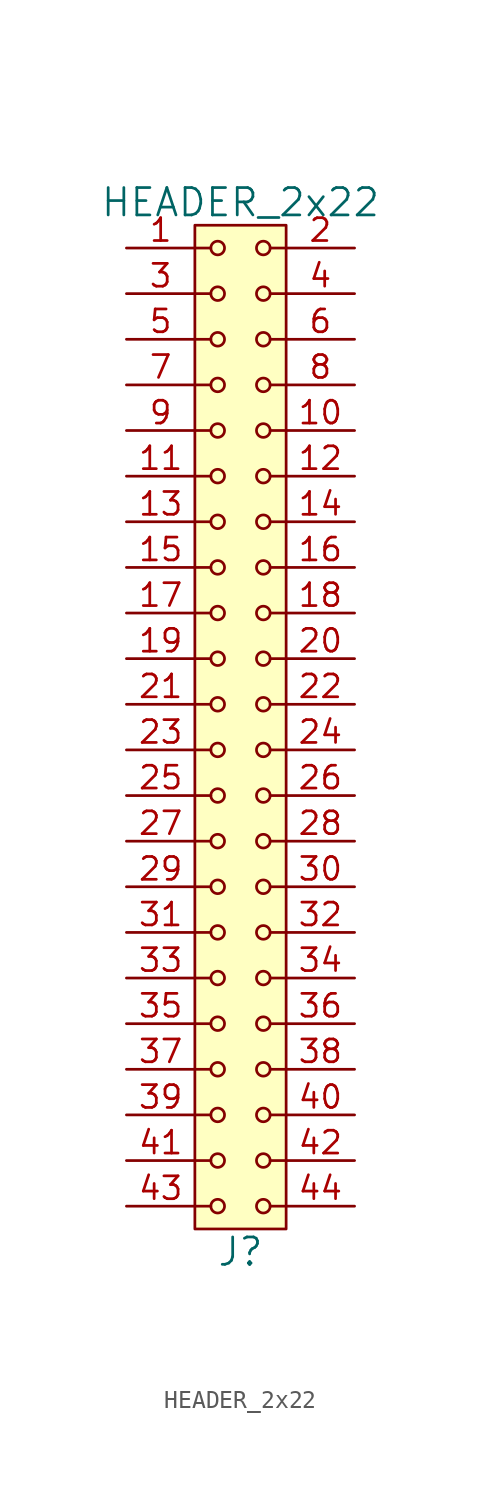
<source format=kicad_sym>
(kicad_symbol_lib
  (version 20211014)
  (generator kicad_symbol_editor)
  (symbol "HEADER_2x22"
    (pin_names
      (offset 1.016))
    (property "Reference" "J"
      (at 0 -29.21 0)
      (effects (font (size 1.524 1.524))))
    (property "Value" "HEADER_2x22"
      (at 0 29.21 0)
      (effects (font (size 1.524 1.524))))
    (property "Footprint" ""
      (at 0 26.67 0)
      (effects (font (size 1.524 1.524))))
    (property "Datasheet" ""
      (at 0 26.67 0)
      (effects (font (size 1.524 1.524))))
    (symbol "HEADER_2x22_0_1"
      (rectangle (start -2.54 27.94) (end 2.54 -27.94) (stroke (width 0) (type default) (color 0 0 0 0)) (fill (type background)))
      (circle (center -1.27 -26.67) (radius 0.381) (stroke (width 0) (type default) (color 0 0 0 0)) (fill (type none)))
      (circle (center -1.27 -24.13) (radius 0.381) (stroke (width 0) (type default) (color 0 0 0 0)) (fill (type none)))
      (circle (center -1.27 -21.59) (radius 0.381) (stroke (width 0) (type default) (color 0 0 0 0)) (fill (type none)))
      (circle (center -1.27 -19.05) (radius 0.381) (stroke (width 0) (type default) (color 0 0 0 0)) (fill (type none)))
      (circle (center -1.27 -16.51) (radius 0.381) (stroke (width 0) (type default) (color 0 0 0 0)) (fill (type none)))
      (circle (center -1.27 -13.97) (radius 0.381) (stroke (width 0) (type default) (color 0 0 0 0)) (fill (type none)))
      (circle (center -1.27 -11.43) (radius 0.381) (stroke (width 0) (type default) (color 0 0 0 0)) (fill (type none)))
      (circle (center -1.27 -8.89) (radius 0.381) (stroke (width 0) (type default) (color 0 0 0 0)) (fill (type none)))
      (circle (center -1.27 -6.35) (radius 0.381) (stroke (width 0) (type default) (color 0 0 0 0)) (fill (type none)))
      (circle (center -1.27 -3.81) (radius 0.381) (stroke (width 0) (type default) (color 0 0 0 0)) (fill (type none)))
      (circle (center -1.27 -1.27) (radius 0.381) (stroke (width 0) (type default) (color 0 0 0 0)) (fill (type none)))
      (circle (center -1.27 1.27) (radius 0.381) (stroke (width 0) (type default) (color 0 0 0 0)) (fill (type none)))
      (circle (center -1.27 3.81) (radius 0.381) (stroke (width 0) (type default) (color 0 0 0 0)) (fill (type none)))
      (circle (center -1.27 6.35) (radius 0.381) (stroke (width 0) (type default) (color 0 0 0 0)) (fill (type none)))
      (circle (center -1.27 8.89) (radius 0.381) (stroke (width 0) (type default) (color 0 0 0 0)) (fill (type none)))
      (circle (center -1.27 11.43) (radius 0.381) (stroke (width 0) (type default) (color 0 0 0 0)) (fill (type none)))
      (circle (center -1.27 13.97) (radius 0.381) (stroke (width 0) (type default) (color 0 0 0 0)) (fill (type none)))
      (circle (center -1.27 16.51) (radius 0.381) (stroke (width 0) (type default) (color 0 0 0 0)) (fill (type none)))
      (circle (center -1.27 19.05) (radius 0.381) (stroke (width 0) (type default) (color 0 0 0 0)) (fill (type none)))
      (circle (center -1.27 21.59) (radius 0.381) (stroke (width 0) (type default) (color 0 0 0 0)) (fill (type none)))
      (circle (center -1.27 24.13) (radius 0.381) (stroke (width 0) (type default) (color 0 0 0 0)) (fill (type none)))
      (circle (center -1.27 26.67) (radius 0.381) (stroke (width 0) (type default) (color 0 0 0 0)) (fill (type none)))
      (polyline (pts (xy -1.651 -26.67) (xy -2.54 -26.67)) (stroke (width 0) (type default) (color 0 0 0 0)) (fill (type none)))
      (polyline (pts (xy -1.651 -24.13) (xy -2.54 -24.13)) (stroke (width 0) (type default) (color 0 0 0 0)) (fill (type none)))
      (polyline (pts (xy -1.651 -21.59) (xy -2.54 -21.59)) (stroke (width 0) (type default) (color 0 0 0 0)) (fill (type none)))
      (polyline (pts (xy -1.651 -19.05) (xy -2.54 -19.05)) (stroke (width 0) (type default) (color 0 0 0 0)) (fill (type none)))
      (polyline (pts (xy -1.651 -16.51) (xy -2.54 -16.51)) (stroke (width 0) (type default) (color 0 0 0 0)) (fill (type none)))
      (polyline (pts (xy -1.651 -13.97) (xy -2.54 -13.97)) (stroke (width 0) (type default) (color 0 0 0 0)) (fill (type none)))
      (polyline (pts (xy -1.651 -11.43) (xy -2.54 -11.43)) (stroke (width 0) (type default) (color 0 0 0 0)) (fill (type none)))
      (polyline (pts (xy -1.651 -8.89) (xy -2.54 -8.89)) (stroke (width 0) (type default) (color 0 0 0 0)) (fill (type none)))
      (polyline (pts (xy -1.651 -6.35) (xy -2.54 -6.35)) (stroke (width 0) (type default) (color 0 0 0 0)) (fill (type none)))
      (polyline (pts (xy -1.651 -3.81) (xy -2.54 -3.81)) (stroke (width 0) (type default) (color 0 0 0 0)) (fill (type none)))
      (polyline (pts (xy -1.651 -1.27) (xy -2.54 -1.27)) (stroke (width 0) (type default) (color 0 0 0 0)) (fill (type none)))
      (polyline (pts (xy -1.651 1.27) (xy -2.54 1.27)) (stroke (width 0) (type default) (color 0 0 0 0)) (fill (type none)))
      (polyline (pts (xy -1.651 3.81) (xy -2.54 3.81)) (stroke (width 0) (type default) (color 0 0 0 0)) (fill (type none)))
      (polyline (pts (xy -1.651 6.35) (xy -2.54 6.35)) (stroke (width 0) (type default) (color 0 0 0 0)) (fill (type none)))
      (polyline (pts (xy -1.651 8.89) (xy -2.54 8.89)) (stroke (width 0) (type default) (color 0 0 0 0)) (fill (type none)))
      (polyline (pts (xy -1.651 11.43) (xy -2.54 11.43)) (stroke (width 0) (type default) (color 0 0 0 0)) (fill (type none)))
      (polyline (pts (xy -1.651 13.97) (xy -2.54 13.97)) (stroke (width 0) (type default) (color 0 0 0 0)) (fill (type none)))
      (polyline (pts (xy -1.651 16.51) (xy -2.54 16.51)) (stroke (width 0) (type default) (color 0 0 0 0)) (fill (type none)))
      (polyline (pts (xy -1.651 19.05) (xy -2.54 19.05)) (stroke (width 0) (type default) (color 0 0 0 0)) (fill (type none)))
      (polyline (pts (xy -1.651 21.59) (xy -2.54 21.59)) (stroke (width 0) (type default) (color 0 0 0 0)) (fill (type none)))
      (polyline (pts (xy -1.651 24.13) (xy -2.54 24.13)) (stroke (width 0) (type default) (color 0 0 0 0)) (fill (type none)))
      (polyline (pts (xy -1.651 26.67) (xy -2.54 26.67)) (stroke (width 0) (type default) (color 0 0 0 0)) (fill (type none)))
      (polyline (pts (xy 1.651 -26.67) (xy 2.54 -26.67)) (stroke (width 0) (type default) (color 0 0 0 0)) (fill (type none)))
      (polyline (pts (xy 1.651 -24.13) (xy 2.54 -24.13)) (stroke (width 0) (type default) (color 0 0 0 0)) (fill (type none)))
      (polyline (pts (xy 1.651 -21.59) (xy 2.54 -21.59)) (stroke (width 0) (type default) (color 0 0 0 0)) (fill (type none)))
      (polyline (pts (xy 1.651 -19.05) (xy 2.54 -19.05)) (stroke (width 0) (type default) (color 0 0 0 0)) (fill (type none)))
      (polyline (pts (xy 1.651 -16.51) (xy 2.54 -16.51)) (stroke (width 0) (type default) (color 0 0 0 0)) (fill (type none)))
      (polyline (pts (xy 1.651 -13.97) (xy 2.54 -13.97)) (stroke (width 0) (type default) (color 0 0 0 0)) (fill (type none)))
      (polyline (pts (xy 1.651 -11.43) (xy 2.54 -11.43)) (stroke (width 0) (type default) (color 0 0 0 0)) (fill (type none)))
      (polyline (pts (xy 1.651 -8.89) (xy 2.54 -8.89)) (stroke (width 0) (type default) (color 0 0 0 0)) (fill (type none)))
      (polyline (pts (xy 1.651 -6.35) (xy 2.54 -6.35)) (stroke (width 0) (type default) (color 0 0 0 0)) (fill (type none)))
      (polyline (pts (xy 1.651 -3.81) (xy 2.54 -3.81)) (stroke (width 0) (type default) (color 0 0 0 0)) (fill (type none)))
      (polyline (pts (xy 1.651 -1.27) (xy 2.54 -1.27)) (stroke (width 0) (type default) (color 0 0 0 0)) (fill (type none)))
      (polyline (pts (xy 1.651 1.27) (xy 2.54 1.27)) (stroke (width 0) (type default) (color 0 0 0 0)) (fill (type none)))
      (polyline (pts (xy 1.651 3.81) (xy 2.54 3.81)) (stroke (width 0) (type default) (color 0 0 0 0)) (fill (type none)))
      (polyline (pts (xy 1.651 6.35) (xy 2.54 6.35)) (stroke (width 0) (type default) (color 0 0 0 0)) (fill (type none)))
      (polyline (pts (xy 1.651 8.89) (xy 2.54 8.89)) (stroke (width 0) (type default) (color 0 0 0 0)) (fill (type none)))
      (polyline (pts (xy 1.651 11.43) (xy 2.54 11.43)) (stroke (width 0) (type default) (color 0 0 0 0)) (fill (type none)))
      (polyline (pts (xy 1.651 13.97) (xy 2.54 13.97)) (stroke (width 0) (type default) (color 0 0 0 0)) (fill (type none)))
      (polyline (pts (xy 1.651 16.51) (xy 2.54 16.51)) (stroke (width 0) (type default) (color 0 0 0 0)) (fill (type none)))
      (polyline (pts (xy 1.651 19.05) (xy 2.54 19.05)) (stroke (width 0) (type default) (color 0 0 0 0)) (fill (type none)))
      (polyline (pts (xy 1.651 21.59) (xy 2.54 21.59)) (stroke (width 0) (type default) (color 0 0 0 0)) (fill (type none)))
      (polyline (pts (xy 1.651 24.13) (xy 2.54 24.13)) (stroke (width 0) (type default) (color 0 0 0 0)) (fill (type none)))
      (polyline (pts (xy 1.651 26.67) (xy 2.54 26.67)) (stroke (width 0) (type default) (color 0 0 0 0)) (fill (type none)))
      (circle (center 1.27 -26.67) (radius 0.381) (stroke (width 0) (type default) (color 0 0 0 0)) (fill (type none)))
      (circle (center 1.27 -24.13) (radius 0.381) (stroke (width 0) (type default) (color 0 0 0 0)) (fill (type none)))
      (circle (center 1.27 -21.59) (radius 0.381) (stroke (width 0) (type default) (color 0 0 0 0)) (fill (type none)))
      (circle (center 1.27 -19.05) (radius 0.381) (stroke (width 0) (type default) (color 0 0 0 0)) (fill (type none)))
      (circle (center 1.27 -16.51) (radius 0.381) (stroke (width 0) (type default) (color 0 0 0 0)) (fill (type none)))
      (circle (center 1.27 -13.97) (radius 0.381) (stroke (width 0) (type default) (color 0 0 0 0)) (fill (type none)))
      (circle (center 1.27 -11.43) (radius 0.381) (stroke (width 0) (type default) (color 0 0 0 0)) (fill (type none)))
      (circle (center 1.27 -8.89) (radius 0.381) (stroke (width 0) (type default) (color 0 0 0 0)) (fill (type none)))
      (circle (center 1.27 -6.35) (radius 0.381) (stroke (width 0) (type default) (color 0 0 0 0)) (fill (type none)))
      (circle (center 1.27 -3.81) (radius 0.381) (stroke (width 0) (type default) (color 0 0 0 0)) (fill (type none)))
      (circle (center 1.27 -1.27) (radius 0.381) (stroke (width 0) (type default) (color 0 0 0 0)) (fill (type none)))
      (circle (center 1.27 1.27) (radius 0.381) (stroke (width 0) (type default) (color 0 0 0 0)) (fill (type none)))
      (circle (center 1.27 3.81) (radius 0.381) (stroke (width 0) (type default) (color 0 0 0 0)) (fill (type none)))
      (circle (center 1.27 6.35) (radius 0.381) (stroke (width 0) (type default) (color 0 0 0 0)) (fill (type none)))
      (circle (center 1.27 8.89) (radius 0.381) (stroke (width 0) (type default) (color 0 0 0 0)) (fill (type none)))
      (circle (center 1.27 11.43) (radius 0.381) (stroke (width 0) (type default) (color 0 0 0 0)) (fill (type none)))
      (circle (center 1.27 13.97) (radius 0.381) (stroke (width 0) (type default) (color 0 0 0 0)) (fill (type none)))
      (circle (center 1.27 16.51) (radius 0.381) (stroke (width 0) (type default) (color 0 0 0 0)) (fill (type none)))
      (circle (center 1.27 19.05) (radius 0.381) (stroke (width 0) (type default) (color 0 0 0 0)) (fill (type none)))
      (circle (center 1.27 21.59) (radius 0.381) (stroke (width 0) (type default) (color 0 0 0 0)) (fill (type none)))
      (circle (center 1.27 24.13) (radius 0.381) (stroke (width 0) (type default) (color 0 0 0 0)) (fill (type none)))
      (circle (center 1.27 26.67) (radius 0.381) (stroke (width 0) (type default) (color 0 0 0 0)) (fill (type none))))
    (symbol "HEADER_2x22_1_1"
      (pin input line (at -6.35 26.67 0) (length 3.81) (name "~" (effects (font (size 1.27 1.27)))) (number "1" (effects (font (size 1.27 1.27)))))
      (pin input line (at 6.35 16.51 180) (length 3.81) (name "~" (effects (font (size 1.27 1.27)))) (number "10" (effects (font (size 1.27 1.27)))))
      (pin input line (at -6.35 13.97 0) (length 3.81) (name "~" (effects (font (size 1.27 1.27)))) (number "11" (effects (font (size 1.27 1.27)))))
      (pin input line (at 6.35 13.97 180) (length 3.81) (name "~" (effects (font (size 1.27 1.27)))) (number "12" (effects (font (size 1.27 1.27)))))
      (pin input line (at -6.35 11.43 0) (length 3.81) (name "~" (effects (font (size 1.27 1.27)))) (number "13" (effects (font (size 1.27 1.27)))))
      (pin input line (at 6.35 11.43 180) (length 3.81) (name "~" (effects (font (size 1.27 1.27)))) (number "14" (effects (font (size 1.27 1.27)))))
      (pin input line (at -6.35 8.89 0) (length 3.81) (name "~" (effects (font (size 1.27 1.27)))) (number "15" (effects (font (size 1.27 1.27)))))
      (pin input line (at 6.35 8.89 180) (length 3.81) (name "~" (effects (font (size 1.27 1.27)))) (number "16" (effects (font (size 1.27 1.27)))))
      (pin input line (at -6.35 6.35 0) (length 3.81) (name "~" (effects (font (size 1.27 1.27)))) (number "17" (effects (font (size 1.27 1.27)))))
      (pin input line (at 6.35 6.35 180) (length 3.81) (name "~" (effects (font (size 1.27 1.27)))) (number "18" (effects (font (size 1.27 1.27)))))
      (pin input line (at -6.35 3.81 0) (length 3.81) (name "~" (effects (font (size 1.27 1.27)))) (number "19" (effects (font (size 1.27 1.27)))))
      (pin input line (at 6.35 26.67 180) (length 3.81) (name "~" (effects (font (size 1.27 1.27)))) (number "2" (effects (font (size 1.27 1.27)))))
      (pin input line (at 6.35 3.81 180) (length 3.81) (name "~" (effects (font (size 1.27 1.27)))) (number "20" (effects (font (size 1.27 1.27)))))
      (pin input line (at -6.35 1.27 0) (length 3.81) (name "~" (effects (font (size 1.27 1.27)))) (number "21" (effects (font (size 1.27 1.27)))))
      (pin input line (at 6.35 1.27 180) (length 3.81) (name "~" (effects (font (size 1.27 1.27)))) (number "22" (effects (font (size 1.27 1.27)))))
      (pin input line (at -6.35 -1.27 0) (length 3.81) (name "~" (effects (font (size 1.27 1.27)))) (number "23" (effects (font (size 1.27 1.27)))))
      (pin input line (at 6.35 -1.27 180) (length 3.81) (name "~" (effects (font (size 1.27 1.27)))) (number "24" (effects (font (size 1.27 1.27)))))
      (pin input line (at -6.35 -3.81 0) (length 3.81) (name "~" (effects (font (size 1.27 1.27)))) (number "25" (effects (font (size 1.27 1.27)))))
      (pin input line (at 6.35 -3.81 180) (length 3.81) (name "~" (effects (font (size 1.27 1.27)))) (number "26" (effects (font (size 1.27 1.27)))))
      (pin input line (at -6.35 -6.35 0) (length 3.81) (name "~" (effects (font (size 1.27 1.27)))) (number "27" (effects (font (size 1.27 1.27)))))
      (pin input line (at 6.35 -6.35 180) (length 3.81) (name "~" (effects (font (size 1.27 1.27)))) (number "28" (effects (font (size 1.27 1.27)))))
      (pin input line (at -6.35 -8.89 0) (length 3.81) (name "~" (effects (font (size 1.27 1.27)))) (number "29" (effects (font (size 1.27 1.27)))))
      (pin input line (at -6.35 24.13 0) (length 3.81) (name "~" (effects (font (size 1.27 1.27)))) (number "3" (effects (font (size 1.27 1.27)))))
      (pin input line (at 6.35 -8.89 180) (length 3.81) (name "~" (effects (font (size 1.27 1.27)))) (number "30" (effects (font (size 1.27 1.27)))))
      (pin input line (at -6.35 -11.43 0) (length 3.81) (name "~" (effects (font (size 1.27 1.27)))) (number "31" (effects (font (size 1.27 1.27)))))
      (pin input line (at 6.35 -11.43 180) (length 3.81) (name "~" (effects (font (size 1.27 1.27)))) (number "32" (effects (font (size 1.27 1.27)))))
      (pin input line (at -6.35 -13.97 0) (length 3.81) (name "~" (effects (font (size 1.27 1.27)))) (number "33" (effects (font (size 1.27 1.27)))))
      (pin input line (at 6.35 -13.97 180) (length 3.81) (name "~" (effects (font (size 1.27 1.27)))) (number "34" (effects (font (size 1.27 1.27)))))
      (pin input line (at -6.35 -16.51 0) (length 3.81) (name "~" (effects (font (size 1.27 1.27)))) (number "35" (effects (font (size 1.27 1.27)))))
      (pin input line (at 6.35 -16.51 180) (length 3.81) (name "~" (effects (font (size 1.27 1.27)))) (number "36" (effects (font (size 1.27 1.27)))))
      (pin input line (at -6.35 -19.05 0) (length 3.81) (name "~" (effects (font (size 1.27 1.27)))) (number "37" (effects (font (size 1.27 1.27)))))
      (pin input line (at 6.35 -19.05 180) (length 3.81) (name "~" (effects (font (size 1.27 1.27)))) (number "38" (effects (font (size 1.27 1.27)))))
      (pin input line (at -6.35 -21.59 0) (length 3.81) (name "~" (effects (font (size 1.27 1.27)))) (number "39" (effects (font (size 1.27 1.27)))))
      (pin input line (at 6.35 24.13 180) (length 3.81) (name "~" (effects (font (size 1.27 1.27)))) (number "4" (effects (font (size 1.27 1.27)))))
      (pin input line (at 6.35 -21.59 180) (length 3.81) (name "~" (effects (font (size 1.27 1.27)))) (number "40" (effects (font (size 1.27 1.27)))))
      (pin input line (at -6.35 -24.13 0) (length 3.81) (name "~" (effects (font (size 1.27 1.27)))) (number "41" (effects (font (size 1.27 1.27)))))
      (pin input line (at 6.35 -24.13 180) (length 3.81) (name "~" (effects (font (size 1.27 1.27)))) (number "42" (effects (font (size 1.27 1.27)))))
      (pin input line (at -6.35 -26.67 0) (length 3.81) (name "~" (effects (font (size 1.27 1.27)))) (number "43" (effects (font (size 1.27 1.27)))))
      (pin input line (at 6.35 -26.67 180) (length 3.81) (name "~" (effects (font (size 1.27 1.27)))) (number "44" (effects (font (size 1.27 1.27)))))
      (pin input line (at -6.35 21.59 0) (length 3.81) (name "~" (effects (font (size 1.27 1.27)))) (number "5" (effects (font (size 1.27 1.27)))))
      (pin input line (at 6.35 21.59 180) (length 3.81) (name "~" (effects (font (size 1.27 1.27)))) (number "6" (effects (font (size 1.27 1.27)))))
      (pin input line (at -6.35 19.05 0) (length 3.81) (name "~" (effects (font (size 1.27 1.27)))) (number "7" (effects (font (size 1.27 1.27)))))
      (pin input line (at 6.35 19.05 180) (length 3.81) (name "~" (effects (font (size 1.27 1.27)))) (number "8" (effects (font (size 1.27 1.27)))))
      (pin input line (at -6.35 16.51 0) (length 3.81) (name "~" (effects (font (size 1.27 1.27)))) (number "9" (effects (font (size 1.27 1.27))))))))
</source>
